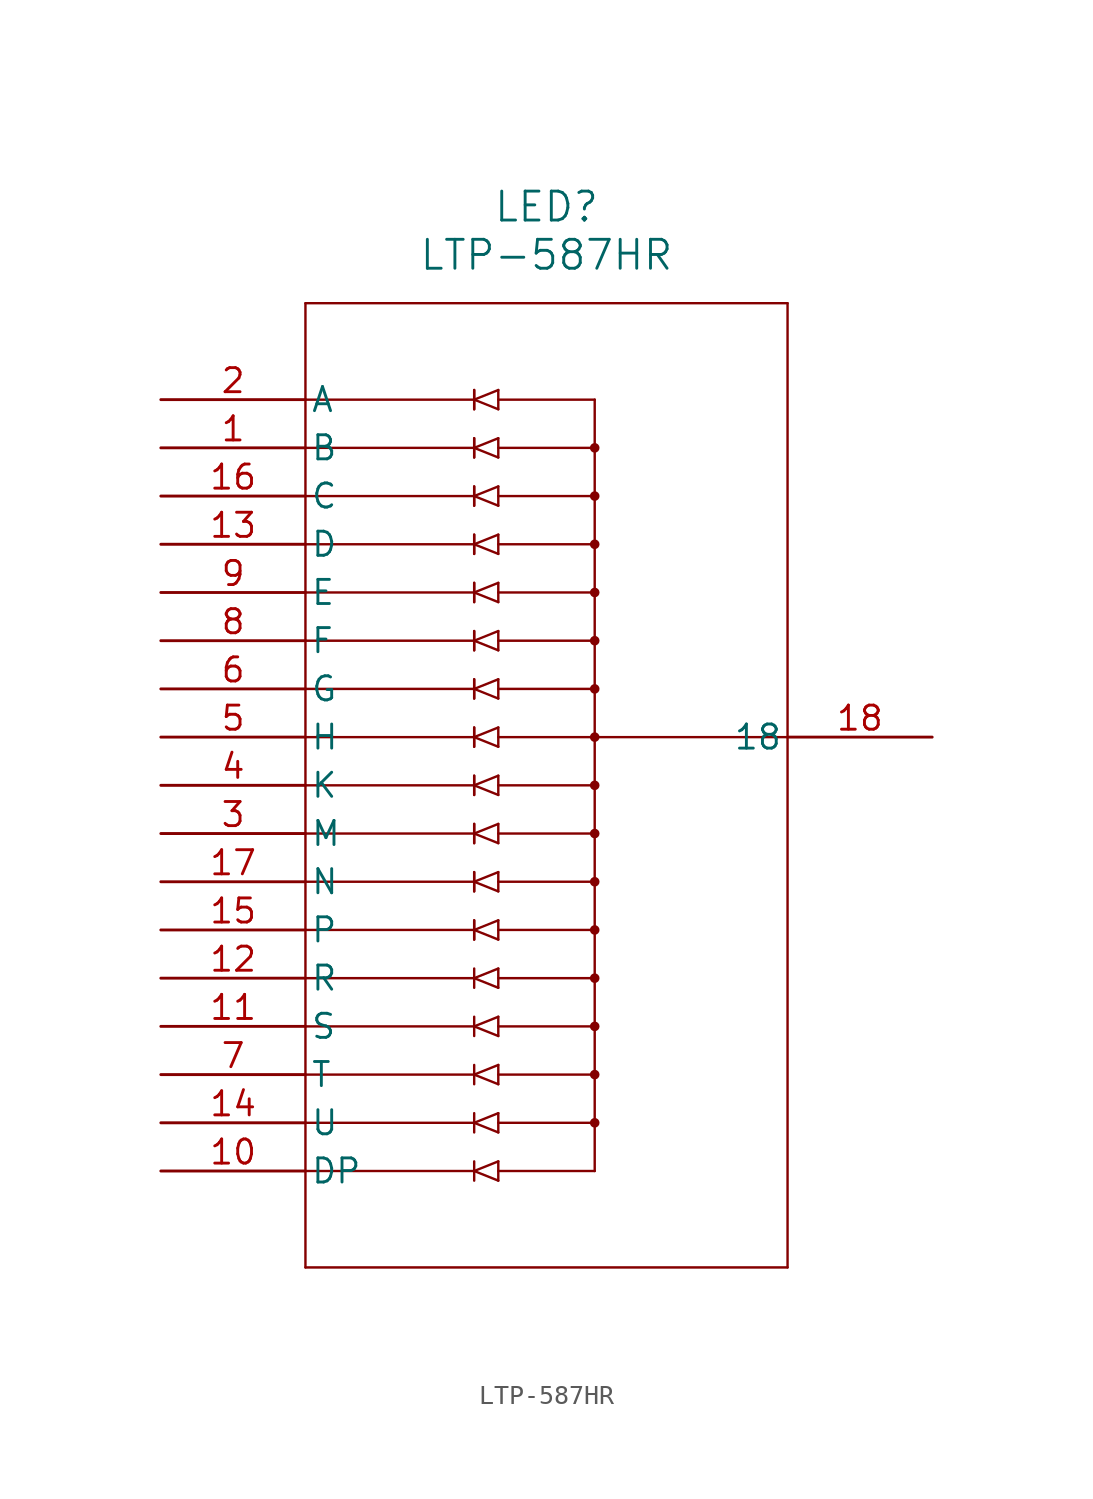
<source format=kicad_sym>
(kicad_symbol_lib
  (version 20211014)
  (generator kicad_symbol_editor)
  (symbol "LTP-587HR"
    (pin_names
      (offset 0.254))
    (property "Reference" "LED"
      (at 20.32 10.16 0)
      (effects (font (size 1.524 1.524))))
    (property "Value" "LTP-587HR"
      (at 20.32 7.62 0)
      (effects (font (size 1.524 1.524))))
    (symbol "LTP-587HR_0_1"
      (polyline (pts (xy 7.62 5.08) (xy 7.62 -45.72)) (stroke (width 0.127) (type default) (color 0 0 0 0)) (fill (type none)))
      (polyline (pts (xy 7.62 -45.72) (xy 33.02 -45.72)) (stroke (width 0.127) (type default) (color 0 0 0 0)) (fill (type none)))
      (polyline (pts (xy 33.02 -45.72) (xy 33.02 5.08)) (stroke (width 0.127) (type default) (color 0 0 0 0)) (fill (type none)))
      (polyline (pts (xy 33.02 5.08) (xy 7.62 5.08)) (stroke (width 0.127) (type default) (color 0 0 0 0)) (fill (type none)))
      (polyline (pts (xy 22.86 0) (xy 17.78 0)) (stroke (width 0.127) (type default) (color 0 0 0 0)) (fill (type none)))
      (polyline (pts (xy 22.86 -2.54) (xy 17.78 -2.54)) (stroke (width 0.127) (type default) (color 0 0 0 0)) (fill (type none)))
      (polyline (pts (xy 22.86 -5.08) (xy 17.78 -5.08)) (stroke (width 0.127) (type default) (color 0 0 0 0)) (fill (type none)))
      (polyline (pts (xy 22.86 -7.62) (xy 17.78 -7.62)) (stroke (width 0.127) (type default) (color 0 0 0 0)) (fill (type none)))
      (polyline (pts (xy 22.86 -10.16) (xy 17.78 -10.16)) (stroke (width 0.127) (type default) (color 0 0 0 0)) (fill (type none)))
      (polyline (pts (xy 22.86 -12.7) (xy 17.78 -12.7)) (stroke (width 0.127) (type default) (color 0 0 0 0)) (fill (type none)))
      (polyline (pts (xy 22.86 -15.24) (xy 17.78 -15.24)) (stroke (width 0.127) (type default) (color 0 0 0 0)) (fill (type none)))
      (polyline (pts (xy 17.78 -17.78) (xy 22.86 -17.78)) (stroke (width 0.127) (type default) (color 0 0 0 0)) (fill (type none)))
      (polyline (pts (xy 17.78 -18.288) (xy 17.78 -17.272)) (stroke (width 0.127) (type default) (color 0 0 0 0)) (fill (type none)))
      (polyline (pts (xy 16.51 0) (xy 17.78 -0.508)) (stroke (width 0.127) (type default) (color 0 0 0 0)) (fill (type none)))
      (polyline (pts (xy 17.78 -0.508) (xy 17.78 0.508)) (stroke (width 0.127) (type default) (color 0 0 0 0)) (fill (type none)))
      (polyline (pts (xy 16.51 0) (xy 17.78 0.508)) (stroke (width 0.127) (type default) (color 0 0 0 0)) (fill (type none)))
      (polyline (pts (xy 16.51 0.508) (xy 16.51 -0.508)) (stroke (width 0.127) (type default) (color 0 0 0 0)) (fill (type none)))
      (polyline (pts (xy 16.51 -2.54) (xy 17.78 -3.048)) (stroke (width 0.127) (type default) (color 0 0 0 0)) (fill (type none)))
      (polyline (pts (xy 17.78 -3.048) (xy 17.78 -2.032)) (stroke (width 0.127) (type default) (color 0 0 0 0)) (fill (type none)))
      (polyline (pts (xy 16.51 -2.54) (xy 17.78 -2.032)) (stroke (width 0.127) (type default) (color 0 0 0 0)) (fill (type none)))
      (polyline (pts (xy 16.51 -2.032) (xy 16.51 -3.048)) (stroke (width 0.127) (type default) (color 0 0 0 0)) (fill (type none)))
      (circle (center 22.86 -2.54) (radius 0.127) (stroke (width 0.254) (type default) (color 0 0 0 0)) (fill (type none)))
      (polyline (pts (xy 16.51 -5.08) (xy 17.78 -5.588)) (stroke (width 0.127) (type default) (color 0 0 0 0)) (fill (type none)))
      (polyline (pts (xy 17.78 -5.588) (xy 17.78 -4.572)) (stroke (width 0.127) (type default) (color 0 0 0 0)) (fill (type none)))
      (polyline (pts (xy 16.51 -5.08) (xy 17.78 -4.572)) (stroke (width 0.127) (type default) (color 0 0 0 0)) (fill (type none)))
      (polyline (pts (xy 16.51 -4.572) (xy 16.51 -5.588)) (stroke (width 0.127) (type default) (color 0 0 0 0)) (fill (type none)))
      (circle (center 22.86 -5.08) (radius 0.127) (stroke (width 0.254) (type default) (color 0 0 0 0)) (fill (type none)))
      (polyline (pts (xy 16.51 -7.62) (xy 17.78 -8.128)) (stroke (width 0.127) (type default) (color 0 0 0 0)) (fill (type none)))
      (polyline (pts (xy 17.78 -8.128) (xy 17.78 -7.112)) (stroke (width 0.127) (type default) (color 0 0 0 0)) (fill (type none)))
      (polyline (pts (xy 16.51 -7.62) (xy 17.78 -7.112)) (stroke (width 0.127) (type default) (color 0 0 0 0)) (fill (type none)))
      (polyline (pts (xy 16.51 -7.112) (xy 16.51 -8.128)) (stroke (width 0.127) (type default) (color 0 0 0 0)) (fill (type none)))
      (circle (center 22.86 -7.62) (radius 0.127) (stroke (width 0.254) (type default) (color 0 0 0 0)) (fill (type none)))
      (polyline (pts (xy 16.51 -10.16) (xy 17.78 -10.668)) (stroke (width 0.127) (type default) (color 0 0 0 0)) (fill (type none)))
      (polyline (pts (xy 17.78 -10.668) (xy 17.78 -9.652)) (stroke (width 0.127) (type default) (color 0 0 0 0)) (fill (type none)))
      (polyline (pts (xy 16.51 -10.16) (xy 17.78 -9.652)) (stroke (width 0.127) (type default) (color 0 0 0 0)) (fill (type none)))
      (polyline (pts (xy 16.51 -9.652) (xy 16.51 -10.668)) (stroke (width 0.127) (type default) (color 0 0 0 0)) (fill (type none)))
      (circle (center 22.86 -10.16) (radius 0.127) (stroke (width 0.254) (type default) (color 0 0 0 0)) (fill (type none)))
      (polyline (pts (xy 16.51 -12.7) (xy 17.78 -13.208)) (stroke (width 0.127) (type default) (color 0 0 0 0)) (fill (type none)))
      (polyline (pts (xy 17.78 -13.208) (xy 17.78 -12.192)) (stroke (width 0.127) (type default) (color 0 0 0 0)) (fill (type none)))
      (polyline (pts (xy 16.51 -12.7) (xy 17.78 -12.192)) (stroke (width 0.127) (type default) (color 0 0 0 0)) (fill (type none)))
      (polyline (pts (xy 16.51 -12.192) (xy 16.51 -13.208)) (stroke (width 0.127) (type default) (color 0 0 0 0)) (fill (type none)))
      (circle (center 22.86 -12.7) (radius 0.127) (stroke (width 0.254) (type default) (color 0 0 0 0)) (fill (type none)))
      (polyline (pts (xy 16.51 -15.24) (xy 17.78 -15.748)) (stroke (width 0.127) (type default) (color 0 0 0 0)) (fill (type none)))
      (polyline (pts (xy 17.78 -15.748) (xy 17.78 -14.732)) (stroke (width 0.127) (type default) (color 0 0 0 0)) (fill (type none)))
      (polyline (pts (xy 16.51 -15.24) (xy 17.78 -14.732)) (stroke (width 0.127) (type default) (color 0 0 0 0)) (fill (type none)))
      (polyline (pts (xy 16.51 -14.732) (xy 16.51 -15.748)) (stroke (width 0.127) (type default) (color 0 0 0 0)) (fill (type none)))
      (circle (center 22.86 -15.24) (radius 0.127) (stroke (width 0.254) (type default) (color 0 0 0 0)) (fill (type none)))
      (polyline (pts (xy 16.51 -17.78) (xy 17.78 -18.288)) (stroke (width 0.127) (type default) (color 0 0 0 0)) (fill (type none)))
      (polyline (pts (xy 16.51 -17.78) (xy 17.78 -17.272)) (stroke (width 0.127) (type default) (color 0 0 0 0)) (fill (type none)))
      (polyline (pts (xy 16.51 -17.272) (xy 16.51 -18.288)) (stroke (width 0.127) (type default) (color 0 0 0 0)) (fill (type none)))
      (polyline (pts (xy 22.86 -20.32) (xy 17.78 -20.32)) (stroke (width 0.127) (type default) (color 0 0 0 0)) (fill (type none)))
      (polyline (pts (xy 22.86 -22.86) (xy 17.78 -22.86)) (stroke (width 0.127) (type default) (color 0 0 0 0)) (fill (type none)))
      (polyline (pts (xy 22.86 -25.4) (xy 17.78 -25.4)) (stroke (width 0.127) (type default) (color 0 0 0 0)) (fill (type none)))
      (polyline (pts (xy 22.86 -27.94) (xy 17.78 -27.94)) (stroke (width 0.127) (type default) (color 0 0 0 0)) (fill (type none)))
      (polyline (pts (xy 22.86 -30.48) (xy 17.78 -30.48)) (stroke (width 0.127) (type default) (color 0 0 0 0)) (fill (type none)))
      (polyline (pts (xy 22.86 -33.02) (xy 17.78 -33.02)) (stroke (width 0.127) (type default) (color 0 0 0 0)) (fill (type none)))
      (polyline (pts (xy 22.86 -35.56) (xy 17.78 -35.56)) (stroke (width 0.127) (type default) (color 0 0 0 0)) (fill (type none)))
      (polyline (pts (xy 17.78 -38.1) (xy 22.86 -38.1)) (stroke (width 0.127) (type default) (color 0 0 0 0)) (fill (type none)))
      (polyline (pts (xy 17.78 -38.608) (xy 17.78 -37.592)) (stroke (width 0.127) (type default) (color 0 0 0 0)) (fill (type none)))
      (polyline (pts (xy 16.51 -20.32) (xy 17.78 -20.828)) (stroke (width 0.127) (type default) (color 0 0 0 0)) (fill (type none)))
      (polyline (pts (xy 17.78 -20.828) (xy 17.78 -19.812)) (stroke (width 0.127) (type default) (color 0 0 0 0)) (fill (type none)))
      (polyline (pts (xy 16.51 -20.32) (xy 17.78 -19.812)) (stroke (width 0.127) (type default) (color 0 0 0 0)) (fill (type none)))
      (polyline (pts (xy 16.51 -19.812) (xy 16.51 -20.828)) (stroke (width 0.127) (type default) (color 0 0 0 0)) (fill (type none)))
      (polyline (pts (xy 16.51 -22.86) (xy 17.78 -23.368)) (stroke (width 0.127) (type default) (color 0 0 0 0)) (fill (type none)))
      (polyline (pts (xy 17.78 -23.368) (xy 17.78 -22.352)) (stroke (width 0.127) (type default) (color 0 0 0 0)) (fill (type none)))
      (polyline (pts (xy 16.51 -22.86) (xy 17.78 -22.352)) (stroke (width 0.127) (type default) (color 0 0 0 0)) (fill (type none)))
      (polyline (pts (xy 16.51 -22.352) (xy 16.51 -23.368)) (stroke (width 0.127) (type default) (color 0 0 0 0)) (fill (type none)))
      (circle (center 22.86 -22.86) (radius 0.127) (stroke (width 0.254) (type default) (color 0 0 0 0)) (fill (type none)))
      (polyline (pts (xy 16.51 -25.4) (xy 17.78 -25.908)) (stroke (width 0.127) (type default) (color 0 0 0 0)) (fill (type none)))
      (polyline (pts (xy 17.78 -25.908) (xy 17.78 -24.892)) (stroke (width 0.127) (type default) (color 0 0 0 0)) (fill (type none)))
      (polyline (pts (xy 16.51 -25.4) (xy 17.78 -24.892)) (stroke (width 0.127) (type default) (color 0 0 0 0)) (fill (type none)))
      (polyline (pts (xy 16.51 -24.892) (xy 16.51 -25.908)) (stroke (width 0.127) (type default) (color 0 0 0 0)) (fill (type none)))
      (circle (center 22.86 -25.4) (radius 0.127) (stroke (width 0.254) (type default) (color 0 0 0 0)) (fill (type none)))
      (polyline (pts (xy 16.51 -27.94) (xy 17.78 -28.448)) (stroke (width 0.127) (type default) (color 0 0 0 0)) (fill (type none)))
      (polyline (pts (xy 17.78 -28.448) (xy 17.78 -27.432)) (stroke (width 0.127) (type default) (color 0 0 0 0)) (fill (type none)))
      (polyline (pts (xy 16.51 -27.94) (xy 17.78 -27.432)) (stroke (width 0.127) (type default) (color 0 0 0 0)) (fill (type none)))
      (polyline (pts (xy 16.51 -27.432) (xy 16.51 -28.448)) (stroke (width 0.127) (type default) (color 0 0 0 0)) (fill (type none)))
      (circle (center 22.86 -27.94) (radius 0.127) (stroke (width 0.254) (type default) (color 0 0 0 0)) (fill (type none)))
      (polyline (pts (xy 16.51 -30.48) (xy 17.78 -30.988)) (stroke (width 0.127) (type default) (color 0 0 0 0)) (fill (type none)))
      (polyline (pts (xy 17.78 -30.988) (xy 17.78 -29.972)) (stroke (width 0.127) (type default) (color 0 0 0 0)) (fill (type none)))
      (polyline (pts (xy 16.51 -30.48) (xy 17.78 -29.972)) (stroke (width 0.127) (type default) (color 0 0 0 0)) (fill (type none)))
      (polyline (pts (xy 16.51 -29.972) (xy 16.51 -30.988)) (stroke (width 0.127) (type default) (color 0 0 0 0)) (fill (type none)))
      (circle (center 22.86 -30.48) (radius 0.127) (stroke (width 0.254) (type default) (color 0 0 0 0)) (fill (type none)))
      (polyline (pts (xy 16.51 -33.02) (xy 17.78 -33.528)) (stroke (width 0.127) (type default) (color 0 0 0 0)) (fill (type none)))
      (polyline (pts (xy 17.78 -33.528) (xy 17.78 -32.512)) (stroke (width 0.127) (type default) (color 0 0 0 0)) (fill (type none)))
      (polyline (pts (xy 16.51 -33.02) (xy 17.78 -32.512)) (stroke (width 0.127) (type default) (color 0 0 0 0)) (fill (type none)))
      (polyline (pts (xy 16.51 -32.512) (xy 16.51 -33.528)) (stroke (width 0.127) (type default) (color 0 0 0 0)) (fill (type none)))
      (circle (center 22.86 -33.02) (radius 0.127) (stroke (width 0.254) (type default) (color 0 0 0 0)) (fill (type none)))
      (polyline (pts (xy 16.51 -35.56) (xy 17.78 -36.068)) (stroke (width 0.127) (type default) (color 0 0 0 0)) (fill (type none)))
      (polyline (pts (xy 17.78 -36.068) (xy 17.78 -35.052)) (stroke (width 0.127) (type default) (color 0 0 0 0)) (fill (type none)))
      (polyline (pts (xy 16.51 -35.56) (xy 17.78 -35.052)) (stroke (width 0.127) (type default) (color 0 0 0 0)) (fill (type none)))
      (polyline (pts (xy 16.51 -35.052) (xy 16.51 -36.068)) (stroke (width 0.127) (type default) (color 0 0 0 0)) (fill (type none)))
      (circle (center 22.86 -35.56) (radius 0.127) (stroke (width 0.254) (type default) (color 0 0 0 0)) (fill (type none)))
      (polyline (pts (xy 16.51 -38.1) (xy 17.78 -38.608)) (stroke (width 0.127) (type default) (color 0 0 0 0)) (fill (type none)))
      (polyline (pts (xy 16.51 -38.1) (xy 17.78 -37.592)) (stroke (width 0.127) (type default) (color 0 0 0 0)) (fill (type none)))
      (polyline (pts (xy 16.51 -37.592) (xy 16.51 -38.608)) (stroke (width 0.127) (type default) (color 0 0 0 0)) (fill (type none)))
      (polyline (pts (xy 17.78 -40.64) (xy 22.86 -40.64)) (stroke (width 0.127) (type default) (color 0 0 0 0)) (fill (type none)))
      (polyline (pts (xy 17.78 -41.148) (xy 17.78 -40.132)) (stroke (width 0.127) (type default) (color 0 0 0 0)) (fill (type none)))
      (polyline (pts (xy 16.51 -40.64) (xy 17.78 -41.148)) (stroke (width 0.127) (type default) (color 0 0 0 0)) (fill (type none)))
      (polyline (pts (xy 16.51 -40.64) (xy 17.78 -40.132)) (stroke (width 0.127) (type default) (color 0 0 0 0)) (fill (type none)))
      (polyline (pts (xy 16.51 -40.132) (xy 16.51 -41.148)) (stroke (width 0.127) (type default) (color 0 0 0 0)) (fill (type none)))
      (circle (center 22.86 -17.78) (radius 0.127) (stroke (width 0.254) (type default) (color 0 0 0 0)) (fill (type none)))
      (circle (center 22.86 -20.32) (radius 0.127) (stroke (width 0.254) (type default) (color 0 0 0 0)) (fill (type none)))
      (circle (center 22.86 -38.1) (radius 0.127) (stroke (width 0.254) (type default) (color 0 0 0 0)) (fill (type none)))
      (polyline (pts (xy 22.86 0) (xy 22.86 -40.64)) (stroke (width 0.127) (type default) (color 0 0 0 0)) (fill (type none)))
      (polyline (pts (xy 22.86 -17.78) (xy 33.02 -17.78)) (stroke (width 0.127) (type default) (color 0 0 0 0)) (fill (type none)))
      (polyline (pts (xy 7.62 -40.64) (xy 16.51 -40.64)) (stroke (width 0.127) (type default) (color 0 0 0 0)) (fill (type none)))
      (polyline (pts (xy 7.62 -38.1) (xy 16.51 -38.1)) (stroke (width 0.127) (type default) (color 0 0 0 0)) (fill (type none)))
      (polyline (pts (xy 7.62 -35.56) (xy 16.51 -35.56)) (stroke (width 0.127) (type default) (color 0 0 0 0)) (fill (type none)))
      (polyline (pts (xy 7.62 -33.02) (xy 16.51 -33.02)) (stroke (width 0.127) (type default) (color 0 0 0 0)) (fill (type none)))
      (polyline (pts (xy 7.62 -30.48) (xy 16.51 -30.48)) (stroke (width 0.127) (type default) (color 0 0 0 0)) (fill (type none)))
      (polyline (pts (xy 16.51 -17.272) (xy 16.51 -18.288)) (stroke (width 0.127) (type default) (color 0 0 0 0)) (fill (type none)))
      (polyline (pts (xy 16.51 -19.812) (xy 16.51 -20.828)) (stroke (width 0.127) (type default) (color 0 0 0 0)) (fill (type none)))
      (polyline (pts (xy 16.51 -22.352) (xy 16.51 -23.368)) (stroke (width 0.127) (type default) (color 0 0 0 0)) (fill (type none)))
      (polyline (pts (xy 16.51 -24.892) (xy 16.51 -25.908)) (stroke (width 0.127) (type default) (color 0 0 0 0)) (fill (type none)))
      (polyline (pts (xy 16.51 -27.432) (xy 16.51 -28.448)) (stroke (width 0.127) (type default) (color 0 0 0 0)) (fill (type none)))
      (polyline (pts (xy 7.62 -27.94) (xy 16.51 -27.94)) (stroke (width 0.127) (type default) (color 0 0 0 0)) (fill (type none)))
      (polyline (pts (xy 7.62 -25.4) (xy 16.51 -25.4)) (stroke (width 0.127) (type default) (color 0 0 0 0)) (fill (type none)))
      (polyline (pts (xy 7.62 -22.86) (xy 16.51 -22.86)) (stroke (width 0.127) (type default) (color 0 0 0 0)) (fill (type none)))
      (polyline (pts (xy 7.62 -20.32) (xy 16.51 -20.32)) (stroke (width 0.127) (type default) (color 0 0 0 0)) (fill (type none)))
      (polyline (pts (xy 7.62 -17.78) (xy 16.51 -17.78)) (stroke (width 0.127) (type default) (color 0 0 0 0)) (fill (type none)))
      (polyline (pts (xy 16.51 -4.572) (xy 16.51 -5.588)) (stroke (width 0.127) (type default) (color 0 0 0 0)) (fill (type none)))
      (polyline (pts (xy 16.51 -7.112) (xy 16.51 -8.128)) (stroke (width 0.127) (type default) (color 0 0 0 0)) (fill (type none)))
      (polyline (pts (xy 16.51 -9.652) (xy 16.51 -10.668)) (stroke (width 0.127) (type default) (color 0 0 0 0)) (fill (type none)))
      (polyline (pts (xy 16.51 -12.192) (xy 16.51 -13.208)) (stroke (width 0.127) (type default) (color 0 0 0 0)) (fill (type none)))
      (polyline (pts (xy 16.51 -14.732) (xy 16.51 -15.748)) (stroke (width 0.127) (type default) (color 0 0 0 0)) (fill (type none)))
      (polyline (pts (xy 7.62 -15.24) (xy 16.51 -15.24)) (stroke (width 0.127) (type default) (color 0 0 0 0)) (fill (type none)))
      (polyline (pts (xy 7.62 -12.7) (xy 16.51 -12.7)) (stroke (width 0.127) (type default) (color 0 0 0 0)) (fill (type none)))
      (polyline (pts (xy 7.62 -10.16) (xy 16.51 -10.16)) (stroke (width 0.127) (type default) (color 0 0 0 0)) (fill (type none)))
      (polyline (pts (xy 7.62 -7.62) (xy 16.51 -7.62)) (stroke (width 0.127) (type default) (color 0 0 0 0)) (fill (type none)))
      (polyline (pts (xy 7.62 -5.08) (xy 16.51 -5.08)) (stroke (width 0.127) (type default) (color 0 0 0 0)) (fill (type none)))
      (polyline (pts (xy 16.51 0.508) (xy 16.51 -0.508)) (stroke (width 0.127) (type default) (color 0 0 0 0)) (fill (type none)))
      (polyline (pts (xy 16.51 -2.032) (xy 16.51 -3.048)) (stroke (width 0.127) (type default) (color 0 0 0 0)) (fill (type none)))
      (polyline (pts (xy 7.62 -2.54) (xy 16.51 -2.54)) (stroke (width 0.127) (type default) (color 0 0 0 0)) (fill (type none)))
      (polyline (pts (xy 7.62 0) (xy 16.51 0)) (stroke (width 0.127) (type default) (color 0 0 0 0)) (fill (type none)))
      (pin unspecified line (at 0 -2.54 0) (length 7.62) (name "B" (effects (font (size 1.27 1.27)))) (number "1" (effects (font (size 1.27 1.27)))))
      (pin unspecified line (at 0 0 0) (length 7.62) (name "A" (effects (font (size 1.27 1.27)))) (number "2" (effects (font (size 1.27 1.27)))))
      (pin unspecified line (at 0 -22.86 0) (length 7.62) (name "M" (effects (font (size 1.27 1.27)))) (number "3" (effects (font (size 1.27 1.27)))))
      (pin unspecified line (at 0 -20.32 0) (length 7.62) (name "K" (effects (font (size 1.27 1.27)))) (number "4" (effects (font (size 1.27 1.27)))))
      (pin unspecified line (at 0 -17.78 0) (length 7.62) (name "H" (effects (font (size 1.27 1.27)))) (number "5" (effects (font (size 1.27 1.27)))))
      (pin unspecified line (at 0 -15.24 0) (length 7.62) (name "G" (effects (font (size 1.27 1.27)))) (number "6" (effects (font (size 1.27 1.27)))))
      (pin unspecified line (at 0 -35.56 0) (length 7.62) (name "T" (effects (font (size 1.27 1.27)))) (number "7" (effects (font (size 1.27 1.27)))))
      (pin unspecified line (at 0 -12.7 0) (length 7.62) (name "F" (effects (font (size 1.27 1.27)))) (number "8" (effects (font (size 1.27 1.27)))))
      (pin unspecified line (at 0 -10.16 0) (length 7.62) (name "E" (effects (font (size 1.27 1.27)))) (number "9" (effects (font (size 1.27 1.27)))))
      (pin unspecified line (at 0 -40.64 0) (length 7.62) (name "DP" (effects (font (size 1.27 1.27)))) (number "10" (effects (font (size 1.27 1.27)))))
      (pin unspecified line (at 0 -33.02 0) (length 7.62) (name "S" (effects (font (size 1.27 1.27)))) (number "11" (effects (font (size 1.27 1.27)))))
      (pin unspecified line (at 0 -30.48 0) (length 7.62) (name "R" (effects (font (size 1.27 1.27)))) (number "12" (effects (font (size 1.27 1.27)))))
      (pin unspecified line (at 0 -7.62 0) (length 7.62) (name "D" (effects (font (size 1.27 1.27)))) (number "13" (effects (font (size 1.27 1.27)))))
      (pin unspecified line (at 0 -38.1 0) (length 7.62) (name "U" (effects (font (size 1.27 1.27)))) (number "14" (effects (font (size 1.27 1.27)))))
      (pin unspecified line (at 0 -27.94 0) (length 7.62) (name "P" (effects (font (size 1.27 1.27)))) (number "15" (effects (font (size 1.27 1.27)))))
      (pin unspecified line (at 0 -5.08 0) (length 7.62) (name "C" (effects (font (size 1.27 1.27)))) (number "16" (effects (font (size 1.27 1.27)))))
      (pin unspecified line (at 0 -25.4 0) (length 7.62) (name "N" (effects (font (size 1.27 1.27)))) (number "17" (effects (font (size 1.27 1.27)))))
      (pin unspecified line (at 40.64 -17.78 180) (length 7.62) (name "18" (effects (font (size 1.27 1.27)))) (number "18" (effects (font (size 1.27 1.27))))))))
</source>
